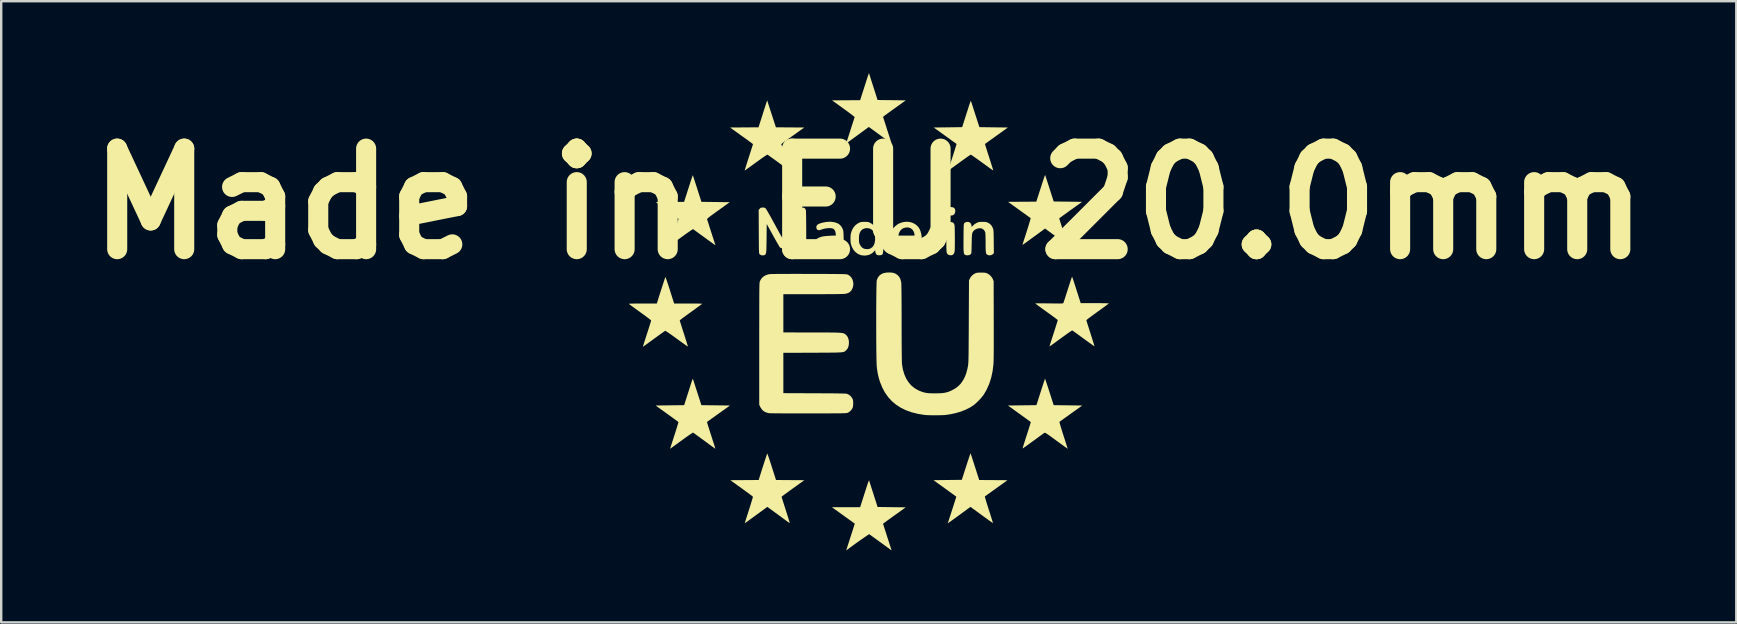
<source format=kicad_pcb>
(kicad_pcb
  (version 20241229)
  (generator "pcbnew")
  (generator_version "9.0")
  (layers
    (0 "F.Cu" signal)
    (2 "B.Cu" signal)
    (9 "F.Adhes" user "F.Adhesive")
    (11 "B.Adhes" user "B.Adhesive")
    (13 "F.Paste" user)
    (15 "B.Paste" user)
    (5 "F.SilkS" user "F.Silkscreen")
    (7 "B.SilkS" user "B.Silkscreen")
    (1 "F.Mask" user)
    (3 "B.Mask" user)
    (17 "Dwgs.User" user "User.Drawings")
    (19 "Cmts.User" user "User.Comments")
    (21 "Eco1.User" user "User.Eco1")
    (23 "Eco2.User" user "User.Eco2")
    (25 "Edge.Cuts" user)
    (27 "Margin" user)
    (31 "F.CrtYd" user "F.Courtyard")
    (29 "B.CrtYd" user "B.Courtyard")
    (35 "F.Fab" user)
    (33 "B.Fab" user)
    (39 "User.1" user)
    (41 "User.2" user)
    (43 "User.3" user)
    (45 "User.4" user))
  (footprint "Made in EU 20.0mm"
    (layer "F.Cu")
    (at 33.143 9.936)
    (property "Reference" "Made in EU 20.0mm" (at 0 -4.5 180) (layer "F.SilkS") (effects (font (size 4.188 4.188) (thickness 0.836))))
    (attr board_only exclude_from_pos_files exclude_from_bom)
    (fp_poly (pts (xy 3.472 -4.357) (xy 3.536 -4.337) (xy 3.579 -4.298) (xy 3.601 -4.239) (xy 3.605 -4.187) (xy 3.592 -4.113) (xy 3.556 -4.055) (xy 3.512 -4.023) (xy 3.461 -4.009) (xy 3.397 -4.006) (xy 3.332 -4.014) (xy 3.293 -4.027) (xy 3.247 -4.061) (xy 3.218 -4.114) (xy 3.205 -4.176) (xy 3.21 -4.239) (xy 3.234 -4.295) (xy 3.254 -4.318) (xy 3.285 -4.34) (xy 3.326 -4.352) (xy 3.385 -4.359)) (stroke (width 0) (type solid)) (fill yes) (layer "F.SilkS"))
    (fp_poly (pts (xy 3.481 -3.726) (xy 3.532 -3.693) (xy 3.564 -3.637) (xy 3.573 -3.602) (xy 3.577 -3.57) (xy 3.579 -3.513) (xy 3.582 -3.435) (xy 3.584 -3.34) (xy 3.585 -3.235) (xy 3.586 -3.122) (xy 3.587 -3.006) (xy 3.587 -2.892) (xy 3.586 -2.784) (xy 3.585 -2.688) (xy 3.583 -2.607) (xy 3.581 -2.546) (xy 3.578 -2.51) (xy 3.555 -2.435) (xy 3.527 -2.396) (xy 3.496 -2.368) (xy 3.463 -2.355) (xy 3.414 -2.352) (xy 3.412 -2.352) (xy 3.348 -2.359) (xy 3.301 -2.381) (xy 3.3 -2.382) (xy 3.269 -2.418) (xy 3.247 -2.463) (xy 3.246 -2.468) (xy 3.242 -2.498) (xy 3.238 -2.554) (xy 3.235 -2.631) (xy 3.233 -2.724) (xy 3.232 -2.83) (xy 3.231 -2.944) (xy 3.23 -3.062) (xy 3.231 -3.179) (xy 3.232 -3.291) (xy 3.234 -3.393) (xy 3.236 -3.482) (xy 3.239 -3.553) (xy 3.243 -3.602) (xy 3.246 -3.62) (xy 3.275 -3.681) (xy 3.324 -3.72) (xy 3.393 -3.736) (xy 3.41 -3.736)) (stroke (width 0) (type solid)) (fill yes) (layer "F.SilkS"))
    (fp_poly (pts (xy 7.351 -5.688) (xy 7.352 -5.686) (xy 7.358 -5.668) (xy 7.372 -5.624) (xy 7.393 -5.558) (xy 7.421 -5.474) (xy 7.453 -5.374) (xy 7.489 -5.263) (xy 7.528 -5.142) (xy 7.532 -5.128) (xy 7.705 -4.592) (xy 8.297 -4.585) (xy 8.889 -4.577) (xy 8.411 -4.236) (xy 8.307 -4.16) (xy 8.21 -4.09) (xy 8.123 -4.028) (xy 8.05 -3.974) (xy 7.993 -3.931) (xy 7.954 -3.902) (xy 7.936 -3.887) (xy 7.935 -3.886) (xy 7.939 -3.87) (xy 7.952 -3.83) (xy 7.972 -3.767) (xy 7.998 -3.685) (xy 8.029 -3.588) (xy 8.065 -3.477) (xy 8.104 -3.358) (xy 8.111 -3.334) (xy 8.15 -3.213) (xy 8.186 -3.101) (xy 8.218 -3.002) (xy 8.244 -2.917) (xy 8.265 -2.851) (xy 8.278 -2.807) (xy 8.283 -2.787) (xy 8.283 -2.786) (xy 8.271 -2.794) (xy 8.237 -2.817) (xy 8.184 -2.854) (xy 8.115 -2.903) (xy 8.033 -2.962) (xy 7.939 -3.03) (xy 7.838 -3.104) (xy 7.812 -3.123) (xy 7.344 -3.464) (xy 6.899 -3.138) (xy 6.775 -3.048) (xy 6.674 -2.974) (xy 6.593 -2.915) (xy 6.529 -2.869) (xy 6.481 -2.835) (xy 6.447 -2.812) (xy 6.424 -2.798) (xy 6.411 -2.792) (xy 6.405 -2.793) (xy 6.404 -2.798) (xy 6.407 -2.807) (xy 6.407 -2.808) (xy 6.455 -2.954) (xy 6.502 -3.099) (xy 6.548 -3.24) (xy 6.59 -3.375) (xy 6.63 -3.5) (xy 6.665 -3.613) (xy 6.694 -3.711) (xy 6.718 -3.791) (xy 6.735 -3.852) (xy 6.744 -3.889) (xy 6.745 -3.9) (xy 6.731 -3.91) (xy 6.695 -3.935) (xy 6.64 -3.975) (xy 6.569 -4.025) (xy 6.485 -4.086) (xy 6.39 -4.154) (xy 6.288 -4.227) (xy 6.267 -4.243) (xy 5.8 -4.577) (xy 6.39 -4.581) (xy 6.98 -4.585) (xy 7.108 -4.983) (xy 7.161 -5.146) (xy 7.205 -5.282) (xy 7.241 -5.395) (xy 7.271 -5.485) (xy 7.295 -5.556) (xy 7.313 -5.61) (xy 7.327 -5.647) (xy 7.337 -5.672) (xy 7.343 -5.686) (xy 7.348 -5.69)) (stroke (width 0) (type solid)) (fill yes) (layer "F.SilkS"))
    (fp_poly (pts (xy 0.019 7.046) (xy 0.033 7.089) (xy 0.054 7.155) (xy 0.081 7.239) (xy 0.113 7.339) (xy 0.149 7.451) (xy 0.188 7.572) (xy 0.194 7.592) (xy 0.368 8.135) (xy 0.953 8.143) (xy 1.539 8.15) (xy 1.101 8.465) (xy 0.999 8.538) (xy 0.903 8.607) (xy 0.817 8.669) (xy 0.744 8.722) (xy 0.686 8.765) (xy 0.646 8.794) (xy 0.629 8.807) (xy 0.595 8.835) (xy 0.767 9.371) (xy 0.806 9.492) (xy 0.842 9.605) (xy 0.875 9.705) (xy 0.902 9.791) (xy 0.924 9.859) (xy 0.939 9.905) (xy 0.946 9.927) (xy 0.946 9.927) (xy 0.947 9.94) (xy 0.934 9.934) (xy 0.914 9.918) (xy 0.873 9.888) (xy 0.815 9.846) (xy 0.745 9.795) (xy 0.664 9.736) (xy 0.577 9.672) (xy 0.485 9.606) (xy 0.394 9.54) (xy 0.306 9.476) (xy 0.224 9.416) (xy 0.151 9.364) (xy 0.092 9.321) (xy 0.048 9.289) (xy 0.024 9.272) (xy 0.02 9.269) (xy 0.006 9.276) (xy -0.03 9.298) (xy -0.083 9.333) (xy -0.151 9.379) (xy -0.23 9.434) (xy -0.318 9.496) (xy -0.411 9.561) (xy -0.507 9.629) (xy -0.601 9.697) (xy -0.692 9.763) (xy -0.775 9.824) (xy -0.849 9.878) (xy -0.909 9.924) (xy -0.922 9.935) (xy -0.937 9.943) (xy -0.935 9.929) (xy -0.935 9.929) (xy -0.929 9.909) (xy -0.914 9.866) (xy -0.894 9.801) (xy -0.868 9.72) (xy -0.838 9.627) (xy -0.805 9.526) (xy -0.771 9.42) (xy -0.737 9.313) (xy -0.703 9.21) (xy -0.673 9.115) (xy -0.646 9.031) (xy -0.624 8.962) (xy -0.609 8.913) (xy -0.602 8.891) (xy -0.582 8.829) (xy -1.06 8.486) (xy -1.537 8.143) (xy -0.948 8.143) (xy -0.359 8.143) (xy -0.253 7.811) (xy -0.216 7.698) (xy -0.178 7.578) (xy -0.139 7.457) (xy -0.104 7.347) (xy -0.074 7.255) (xy -0.07 7.243) (xy -0.045 7.166) (xy -0.022 7.103) (xy -0.004 7.056) (xy 0.008 7.03) (xy 0.013 7.027)) (stroke (width 0) (type solid)) (fill yes) (layer "F.SilkS"))
    (fp_poly (pts (xy -4.11 -8.425) (xy -4.073 -8.312) (xy -4.036 -8.197) (xy -4 -8.087) (xy -3.968 -7.988) (xy -3.942 -7.906) (xy -3.928 -7.864) (xy -3.868 -7.682) (xy -3.277 -7.678) (xy -2.687 -7.674) (xy -3.111 -7.37) (xy -3.213 -7.297) (xy -3.309 -7.228) (xy -3.396 -7.165) (xy -3.471 -7.111) (xy -3.531 -7.067) (xy -3.572 -7.037) (xy -3.589 -7.024) (xy -3.643 -6.982) (xy -3.467 -6.435) (xy -3.428 -6.314) (xy -3.393 -6.201) (xy -3.361 -6.101) (xy -3.335 -6.016) (xy -3.314 -5.95) (xy -3.301 -5.905) (xy -3.296 -5.884) (xy -3.296 -5.884) (xy -3.309 -5.891) (xy -3.343 -5.914) (xy -3.396 -5.951) (xy -3.464 -6) (xy -3.546 -6.059) (xy -3.639 -6.126) (xy -3.74 -6.199) (xy -3.752 -6.208) (xy -3.854 -6.283) (xy -3.949 -6.352) (xy -4.035 -6.413) (xy -4.107 -6.465) (xy -4.164 -6.506) (xy -4.203 -6.533) (xy -4.221 -6.545) (xy -4.221 -6.545) (xy -4.237 -6.538) (xy -4.274 -6.515) (xy -4.33 -6.479) (xy -4.401 -6.43) (xy -4.485 -6.371) (xy -4.58 -6.303) (xy -4.682 -6.23) (xy -4.701 -6.216) (xy -4.804 -6.141) (xy -4.899 -6.072) (xy -4.984 -6.011) (xy -5.056 -5.959) (xy -5.112 -5.919) (xy -5.151 -5.892) (xy -5.168 -5.88) (xy -5.169 -5.88) (xy -5.166 -5.894) (xy -5.155 -5.933) (xy -5.136 -5.994) (xy -5.112 -6.074) (xy -5.081 -6.17) (xy -5.047 -6.28) (xy -5.008 -6.399) (xy -5 -6.427) (xy -4.96 -6.549) (xy -4.924 -6.661) (xy -4.892 -6.762) (xy -4.865 -6.847) (xy -4.844 -6.914) (xy -4.829 -6.96) (xy -4.823 -6.981) (xy -4.823 -6.981) (xy -4.835 -6.992) (xy -4.868 -7.017) (xy -4.921 -7.056) (xy -4.989 -7.106) (xy -5.072 -7.167) (xy -5.166 -7.235) (xy -5.269 -7.309) (xy -5.301 -7.331) (xy -5.778 -7.674) (xy -5.185 -7.678) (xy -4.592 -7.682) (xy -4.452 -8.124) (xy -4.415 -8.24) (xy -4.379 -8.353) (xy -4.346 -8.458) (xy -4.316 -8.549) (xy -4.292 -8.624) (xy -4.275 -8.676) (xy -4.272 -8.686) (xy -4.232 -8.805)) (stroke (width 0) (type solid)) (fill yes) (layer "F.SilkS"))
    (fp_poly (pts (xy -4.223 5.918) (xy -4.209 5.955) (xy -4.187 6.014) (xy -4.16 6.093) (xy -4.128 6.188) (xy -4.092 6.297) (xy -4.054 6.417) (xy -4.042 6.454) (xy -3.864 7.011) (xy -3.274 7.015) (xy -2.684 7.019) (xy -3.158 7.359) (xy -3.263 7.434) (xy -3.359 7.505) (xy -3.445 7.567) (xy -3.518 7.621) (xy -3.575 7.664) (xy -3.614 7.694) (xy -3.631 7.709) (xy -3.632 7.71) (xy -3.628 7.726) (xy -3.615 7.767) (xy -3.596 7.83) (xy -3.57 7.912) (xy -3.539 8.01) (xy -3.504 8.12) (xy -3.465 8.24) (xy -3.461 8.254) (xy -3.422 8.375) (xy -3.387 8.486) (xy -3.356 8.586) (xy -3.33 8.67) (xy -3.31 8.735) (xy -3.298 8.779) (xy -3.293 8.799) (xy -3.293 8.799) (xy -3.306 8.796) (xy -3.337 8.777) (xy -3.382 8.747) (xy -3.424 8.717) (xy -3.47 8.683) (xy -3.536 8.634) (xy -3.617 8.575) (xy -3.707 8.509) (xy -3.802 8.44) (xy -3.887 8.377) (xy -4.225 8.131) (xy -4.632 8.428) (xy -4.732 8.501) (xy -4.826 8.57) (xy -4.913 8.633) (xy -4.988 8.687) (xy -5.047 8.731) (xy -5.089 8.76) (xy -5.104 8.771) (xy -5.141 8.796) (xy -5.159 8.806) (xy -5.163 8.799) (xy -5.158 8.781) (xy -5.151 8.759) (xy -5.136 8.712) (xy -5.114 8.644) (xy -5.087 8.557) (xy -5.055 8.457) (xy -5.019 8.345) (xy -4.984 8.235) (xy -4.946 8.117) (xy -4.912 8.008) (xy -4.883 7.911) (xy -4.858 7.829) (xy -4.84 7.765) (xy -4.83 7.723) (xy -4.827 7.707) (xy -4.841 7.694) (xy -4.875 7.667) (xy -4.929 7.626) (xy -4.999 7.573) (xy -5.083 7.512) (xy -5.177 7.443) (xy -5.28 7.368) (xy -5.3 7.354) (xy -5.766 7.019) (xy -5.176 7.015) (xy -4.586 7.011) (xy -4.557 6.918) (xy -4.528 6.824) (xy -4.495 6.72) (xy -4.46 6.609) (xy -4.424 6.495) (xy -4.387 6.382) (xy -4.352 6.273) (xy -4.319 6.171) (xy -4.289 6.081) (xy -4.265 6.006) (xy -4.245 5.95) (xy -4.233 5.916) (xy -4.229 5.907)) (stroke (width 0) (type solid)) (fill yes) (layer "F.SilkS"))
    (fp_poly (pts (xy 1.661 -3.744) (xy 1.783 -3.718) (xy 1.896 -3.67) (xy 1.995 -3.601) (xy 2.076 -3.513) (xy 2.12 -3.44) (xy 2.159 -3.346) (xy 2.187 -3.239) (xy 2.202 -3.135) (xy 2.203 -3.102) (xy 2.203 -3.067) (xy 2.2 -3.039) (xy 2.193 -3.017) (xy 2.177 -3) (xy 2.15 -2.987) (xy 2.109 -2.979) (xy 2.051 -2.973) (xy 1.973 -2.969) (xy 1.873 -2.967) (xy 1.747 -2.966) (xy 1.688 -2.965) (xy 1.557 -2.964) (xy 1.453 -2.963) (xy 1.374 -2.961) (xy 1.315 -2.958) (xy 1.275 -2.952) (xy 1.251 -2.944) (xy 1.24 -2.931) (xy 1.238 -2.914) (xy 1.244 -2.892) (xy 1.254 -2.863) (xy 1.259 -2.849) (xy 1.293 -2.771) (xy 1.338 -2.713) (xy 1.402 -2.665) (xy 1.42 -2.655) (xy 1.456 -2.636) (xy 1.488 -2.624) (xy 1.523 -2.617) (xy 1.571 -2.614) (xy 1.638 -2.613) (xy 1.66 -2.613) (xy 1.736 -2.615) (xy 1.793 -2.618) (xy 1.837 -2.626) (xy 1.879 -2.639) (xy 1.92 -2.656) (xy 1.997 -2.687) (xy 2.053 -2.703) (xy 2.094 -2.705) (xy 2.127 -2.693) (xy 2.15 -2.674) (xy 2.183 -2.627) (xy 2.189 -2.579) (xy 2.171 -2.532) (xy 2.131 -2.487) (xy 2.074 -2.446) (xy 2.001 -2.41) (xy 1.916 -2.38) (xy 1.822 -2.357) (xy 1.721 -2.343) (xy 1.616 -2.339) (xy 1.51 -2.347) (xy 1.435 -2.359) (xy 1.295 -2.403) (xy 1.175 -2.468) (xy 1.076 -2.554) (xy 0.999 -2.659) (xy 0.944 -2.782) (xy 0.913 -2.923) (xy 0.906 -3.044) (xy 0.916 -3.171) (xy 1.233 -3.171) (xy 1.569 -3.171) (xy 1.905 -3.171) (xy 1.905 -3.219) (xy 1.899 -3.26) (xy 1.882 -3.313) (xy 1.869 -3.345) (xy 1.818 -3.422) (xy 1.749 -3.476) (xy 1.664 -3.506) (xy 1.633 -3.51) (xy 1.526 -3.505) (xy 1.432 -3.475) (xy 1.352 -3.42) (xy 1.291 -3.344) (xy 1.25 -3.247) (xy 1.243 -3.219) (xy 1.233 -3.171) (xy 0.916 -3.171) (xy 0.918 -3.199) (xy 0.953 -3.337) (xy 1.012 -3.456) (xy 1.094 -3.557) (xy 1.199 -3.639) (xy 1.274 -3.68) (xy 1.403 -3.726) (xy 1.533 -3.747)) (stroke (width 0) (type solid)) (fill yes) (layer "F.SilkS"))
    (fp_poly (pts (xy 4.243 5.908) (xy 4.249 5.923) (xy 4.258 5.949) (xy 4.271 5.989) (xy 4.29 6.044) (xy 4.313 6.116) (xy 4.343 6.208) (xy 4.38 6.322) (xy 4.424 6.459) (xy 4.477 6.623) (xy 4.488 6.658) (xy 4.601 7.011) (xy 5.19 7.015) (xy 5.778 7.019) (xy 5.313 7.354) (xy 5.209 7.428) (xy 5.113 7.498) (xy 5.027 7.56) (xy 4.953 7.613) (xy 4.895 7.654) (xy 4.856 7.682) (xy 4.837 7.696) (xy 4.836 7.696) (xy 4.838 7.712) (xy 4.849 7.752) (xy 4.866 7.815) (xy 4.89 7.897) (xy 4.92 7.994) (xy 4.955 8.105) (xy 4.993 8.225) (xy 5.002 8.254) (xy 5.042 8.376) (xy 5.077 8.488) (xy 5.109 8.589) (xy 5.136 8.674) (xy 5.156 8.74) (xy 5.17 8.786) (xy 5.175 8.807) (xy 5.175 8.808) (xy 5.163 8.8) (xy 5.129 8.777) (xy 5.076 8.74) (xy 5.007 8.691) (xy 4.925 8.631) (xy 4.831 8.564) (xy 4.729 8.49) (xy 4.704 8.471) (xy 4.237 8.131) (xy 4.162 8.186) (xy 4.062 8.259) (xy 3.959 8.335) (xy 3.854 8.412) (xy 3.75 8.488) (xy 3.651 8.56) (xy 3.558 8.627) (xy 3.475 8.687) (xy 3.405 8.737) (xy 3.35 8.776) (xy 3.313 8.802) (xy 3.297 8.812) (xy 3.296 8.813) (xy 3.294 8.803) (xy 3.295 8.801) (xy 3.3 8.785) (xy 3.314 8.745) (xy 3.334 8.684) (xy 3.359 8.606) (xy 3.389 8.515) (xy 3.422 8.414) (xy 3.456 8.308) (xy 3.491 8.2) (xy 3.525 8.094) (xy 3.557 7.993) (xy 3.586 7.902) (xy 3.611 7.824) (xy 3.63 7.763) (xy 3.643 7.723) (xy 3.647 7.708) (xy 3.647 7.708) (xy 3.635 7.698) (xy 3.602 7.673) (xy 3.55 7.634) (xy 3.481 7.584) (xy 3.398 7.524) (xy 3.304 7.456) (xy 3.202 7.382) (xy 3.172 7.36) (xy 2.697 7.019) (xy 3.287 7.011) (xy 3.877 7.004) (xy 4.055 6.45) (xy 4.094 6.328) (xy 4.131 6.215) (xy 4.164 6.116) (xy 4.192 6.031) (xy 4.215 5.966) (xy 4.231 5.922) (xy 4.239 5.903) (xy 4.24 5.902)) (stroke (width 0) (type solid)) (fill yes) (layer "F.SilkS"))
    (fp_poly (pts (xy 0.015 -9.919) (xy 0.029 -9.877) (xy 0.049 -9.813) (xy 0.076 -9.729) (xy 0.107 -9.631) (xy 0.143 -9.519) (xy 0.182 -9.398) (xy 0.191 -9.371) (xy 0.367 -8.82) (xy 0.954 -8.813) (xy 1.541 -8.805) (xy 1.068 -8.466) (xy 0.964 -8.39) (xy 0.867 -8.321) (xy 0.782 -8.258) (xy 0.709 -8.205) (xy 0.652 -8.163) (xy 0.614 -8.134) (xy 0.596 -8.12) (xy 0.595 -8.119) (xy 0.6 -8.105) (xy 0.612 -8.065) (xy 0.631 -8.005) (xy 0.656 -7.928) (xy 0.685 -7.838) (xy 0.717 -7.738) (xy 0.75 -7.632) (xy 0.785 -7.524) (xy 0.819 -7.418) (xy 0.851 -7.318) (xy 0.881 -7.227) (xy 0.906 -7.148) (xy 0.926 -7.087) (xy 0.938 -7.052) (xy 0.942 -7.039) (xy 0.946 -7.029) (xy 0.947 -7.023) (xy 0.942 -7.022) (xy 0.929 -7.028) (xy 0.906 -7.042) (xy 0.872 -7.065) (xy 0.823 -7.1) (xy 0.758 -7.147) (xy 0.675 -7.208) (xy 0.571 -7.284) (xy 0.506 -7.331) (xy 0.407 -7.403) (xy 0.314 -7.471) (xy 0.23 -7.533) (xy 0.158 -7.585) (xy 0.101 -7.626) (xy 0.064 -7.653) (xy 0.05 -7.663) (xy 0.003 -7.696) (xy -0.397 -7.404) (xy -0.496 -7.331) (xy -0.591 -7.262) (xy -0.678 -7.199) (xy -0.753 -7.144) (xy -0.813 -7.1) (xy -0.855 -7.069) (xy -0.869 -7.059) (xy -0.909 -7.031) (xy -0.929 -7.019) (xy -0.935 -7.023) (xy -0.931 -7.04) (xy -0.93 -7.042) (xy -0.923 -7.063) (xy -0.909 -7.109) (xy -0.888 -7.174) (xy -0.862 -7.256) (xy -0.831 -7.351) (xy -0.798 -7.453) (xy -0.764 -7.561) (xy -0.73 -7.668) (xy -0.696 -7.773) (xy -0.665 -7.869) (xy -0.637 -7.955) (xy -0.615 -8.025) (xy -0.598 -8.076) (xy -0.589 -8.104) (xy -0.588 -8.107) (xy -0.599 -8.12) (xy -0.631 -8.147) (xy -0.682 -8.188) (xy -0.75 -8.24) (xy -0.832 -8.301) (xy -0.926 -8.37) (xy -1.028 -8.444) (xy -1.056 -8.465) (xy -1.529 -8.805) (xy -0.944 -8.809) (xy -0.359 -8.813) (xy -0.253 -9.144) (xy -0.216 -9.257) (xy -0.178 -9.378) (xy -0.139 -9.498) (xy -0.104 -9.608) (xy -0.074 -9.701) (xy -0.07 -9.712) (xy -0.045 -9.789) (xy -0.023 -9.855) (xy -0.005 -9.903) (xy 0.006 -9.931) (xy 0.01 -9.936)) (stroke (width 0) (type solid)) (fill yes) (layer "F.SilkS"))
    (fp_poly (pts (xy 7.348 2.803) (xy 7.362 2.84) (xy 7.382 2.9) (xy 7.409 2.98) (xy 7.441 3.076) (xy 7.477 3.185) (xy 7.515 3.305) (xy 7.526 3.338) (xy 7.704 3.893) (xy 8.299 3.9) (xy 8.893 3.908) (xy 8.426 4.243) (xy 8.322 4.317) (xy 8.225 4.387) (xy 8.138 4.449) (xy 8.064 4.502) (xy 8.006 4.544) (xy 7.966 4.572) (xy 7.946 4.586) (xy 7.945 4.587) (xy 7.946 4.603) (xy 7.956 4.645) (xy 7.974 4.71) (xy 7.999 4.796) (xy 8.031 4.901) (xy 8.068 5.021) (xy 8.11 5.152) (xy 8.15 5.275) (xy 8.186 5.388) (xy 8.218 5.489) (xy 8.245 5.574) (xy 8.266 5.642) (xy 8.281 5.688) (xy 8.287 5.709) (xy 8.287 5.71) (xy 8.275 5.702) (xy 8.241 5.678) (xy 8.189 5.641) (xy 8.12 5.591) (xy 8.038 5.531) (xy 7.944 5.463) (xy 7.843 5.389) (xy 7.817 5.37) (xy 7.698 5.283) (xy 7.6 5.212) (xy 7.522 5.156) (xy 7.461 5.113) (xy 7.414 5.082) (xy 7.38 5.061) (xy 7.355 5.048) (xy 7.338 5.043) (xy 7.326 5.043) (xy 7.318 5.047) (xy 7.299 5.06) (xy 7.259 5.088) (xy 7.201 5.13) (xy 7.127 5.183) (xy 7.042 5.246) (xy 6.947 5.315) (xy 6.85 5.385) (xy 6.75 5.458) (xy 6.658 5.525) (xy 6.577 5.583) (xy 6.508 5.632) (xy 6.455 5.669) (xy 6.421 5.692) (xy 6.408 5.699) (xy 6.412 5.684) (xy 6.423 5.644) (xy 6.442 5.582) (xy 6.467 5.5) (xy 6.498 5.403) (xy 6.533 5.293) (xy 6.571 5.174) (xy 6.579 5.15) (xy 6.618 5.029) (xy 6.654 4.917) (xy 6.685 4.816) (xy 6.712 4.731) (xy 6.732 4.665) (xy 6.745 4.62) (xy 6.75 4.599) (xy 6.75 4.598) (xy 6.736 4.587) (xy 6.703 4.561) (xy 6.654 4.525) (xy 6.595 4.482) (xy 6.569 4.463) (xy 6.504 4.416) (xy 6.422 4.357) (xy 6.328 4.289) (xy 6.229 4.218) (xy 6.131 4.148) (xy 6.096 4.122) (xy 5.798 3.908) (xy 6.392 3.9) (xy 6.985 3.893) (xy 7.161 3.345) (xy 7.2 3.223) (xy 7.236 3.11) (xy 7.269 3.009) (xy 7.297 2.924) (xy 7.319 2.857) (xy 7.334 2.812) (xy 7.342 2.791) (xy 7.342 2.79)) (stroke (width 0) (type solid)) (fill yes) (layer "F.SilkS"))
    (fp_poly (pts (xy -7.326 2.799) (xy -7.32 2.817) (xy -7.305 2.861) (xy -7.284 2.927) (xy -7.257 3.011) (xy -7.225 3.111) (xy -7.189 3.223) (xy -7.15 3.343) (xy -7.145 3.357) (xy -6.973 3.893) (xy -6.379 3.9) (xy -5.784 3.908) (xy -6.26 4.249) (xy -6.365 4.324) (xy -6.462 4.394) (xy -6.549 4.456) (xy -6.622 4.509) (xy -6.68 4.55) (xy -6.72 4.579) (xy -6.739 4.592) (xy -6.74 4.593) (xy -6.737 4.608) (xy -6.725 4.647) (xy -6.707 4.709) (xy -6.681 4.79) (xy -6.651 4.887) (xy -6.616 4.998) (xy -6.577 5.118) (xy -6.566 5.152) (xy -6.527 5.274) (xy -6.491 5.388) (xy -6.458 5.488) (xy -6.431 5.574) (xy -6.411 5.641) (xy -6.397 5.687) (xy -6.39 5.708) (xy -6.39 5.71) (xy -6.403 5.702) (xy -6.436 5.678) (xy -6.489 5.64) (xy -6.557 5.591) (xy -6.639 5.531) (xy -6.731 5.463) (xy -6.832 5.389) (xy -6.848 5.378) (xy -6.95 5.303) (xy -7.045 5.233) (xy -7.131 5.171) (xy -7.204 5.118) (xy -7.261 5.077) (xy -7.301 5.049) (xy -7.319 5.037) (xy -7.32 5.036) (xy -7.335 5.043) (xy -7.372 5.066) (xy -7.428 5.102) (xy -7.499 5.151) (xy -7.584 5.211) (xy -7.678 5.278) (xy -7.781 5.353) (xy -7.807 5.372) (xy -7.911 5.447) (xy -8.006 5.517) (xy -8.092 5.579) (xy -8.164 5.631) (xy -8.22 5.671) (xy -8.258 5.698) (xy -8.276 5.71) (xy -8.277 5.71) (xy -8.272 5.696) (xy -8.26 5.656) (xy -8.24 5.594) (xy -8.214 5.512) (xy -8.183 5.415) (xy -8.147 5.305) (xy -8.109 5.185) (xy -8.099 5.157) (xy -8.06 5.035) (xy -8.024 4.921) (xy -7.993 4.82) (xy -7.967 4.734) (xy -7.946 4.666) (xy -7.933 4.62) (xy -7.929 4.598) (xy -7.929 4.597) (xy -7.942 4.586) (xy -7.977 4.56) (xy -8.03 4.52) (xy -8.1 4.469) (xy -8.184 4.408) (xy -8.278 4.34) (xy -8.381 4.266) (xy -8.407 4.247) (xy -8.88 3.908) (xy -8.285 3.9) (xy -7.69 3.893) (xy -7.574 3.528) (xy -7.538 3.415) (xy -7.501 3.3) (xy -7.465 3.188) (xy -7.433 3.088) (xy -7.407 3.004) (xy -7.396 2.97) (xy -7.373 2.902) (xy -7.353 2.847) (xy -7.337 2.811) (xy -7.327 2.797)) (stroke (width 0) (type solid)) (fill yes) (layer "F.SilkS"))
    (fp_poly (pts (xy 4.262 -8.764) (xy 4.277 -8.72) (xy 4.298 -8.654) (xy 4.325 -8.57) (xy 4.357 -8.47) (xy 4.393 -8.359) (xy 4.432 -8.238) (xy 4.436 -8.225) (xy 4.609 -7.689) (xy 5.202 -7.681) (xy 5.796 -7.674) (xy 5.321 -7.333) (xy 5.216 -7.257) (xy 5.119 -7.188) (xy 5.032 -7.126) (xy 4.959 -7.073) (xy 4.901 -7.031) (xy 4.861 -7.003) (xy 4.842 -6.989) (xy 4.841 -6.989) (xy 4.845 -6.974) (xy 4.856 -6.935) (xy 4.875 -6.873) (xy 4.901 -6.792) (xy 4.931 -6.695) (xy 4.966 -6.585) (xy 5.005 -6.465) (xy 5.014 -6.436) (xy 5.053 -6.315) (xy 5.089 -6.202) (xy 5.121 -6.101) (xy 5.148 -6.016) (xy 5.168 -5.949) (xy 5.181 -5.904) (xy 5.187 -5.883) (xy 5.187 -5.882) (xy 5.174 -5.89) (xy 5.14 -5.913) (xy 5.088 -5.95) (xy 5.019 -5.998) (xy 4.937 -6.058) (xy 4.844 -6.125) (xy 4.743 -6.198) (xy 4.728 -6.21) (xy 4.625 -6.284) (xy 4.529 -6.353) (xy 4.443 -6.415) (xy 4.369 -6.466) (xy 4.311 -6.506) (xy 4.271 -6.532) (xy 4.252 -6.542) (xy 4.251 -6.542) (xy 4.234 -6.534) (xy 4.196 -6.51) (xy 4.14 -6.472) (xy 4.068 -6.422) (xy 3.984 -6.362) (xy 3.889 -6.294) (xy 3.787 -6.22) (xy 3.775 -6.211) (xy 3.673 -6.137) (xy 3.578 -6.068) (xy 3.494 -6.007) (xy 3.423 -5.956) (xy 3.368 -5.917) (xy 3.33 -5.891) (xy 3.314 -5.88) (xy 3.314 -5.88) (xy 3.312 -5.892) (xy 3.32 -5.921) (xy 3.34 -5.983) (xy 3.366 -6.061) (xy 3.395 -6.153) (xy 3.428 -6.254) (xy 3.462 -6.361) (xy 3.497 -6.471) (xy 3.531 -6.578) (xy 3.564 -6.681) (xy 3.593 -6.775) (xy 3.619 -6.856) (xy 3.639 -6.921) (xy 3.652 -6.966) (xy 3.658 -6.987) (xy 3.659 -6.989) (xy 3.646 -6.998) (xy 3.612 -7.022) (xy 3.559 -7.06) (xy 3.489 -7.11) (xy 3.406 -7.17) (xy 3.312 -7.238) (xy 3.209 -7.312) (xy 3.18 -7.333) (xy 2.706 -7.674) (xy 3.299 -7.681) (xy 3.891 -7.689) (xy 3.996 -8.016) (xy 4.032 -8.128) (xy 4.07 -8.248) (xy 4.108 -8.366) (xy 4.143 -8.474) (xy 4.171 -8.564) (xy 4.174 -8.574) (xy 4.199 -8.649) (xy 4.222 -8.712) (xy 4.24 -8.757) (xy 4.252 -8.781) (xy 4.256 -8.782)) (stroke (width 0) (type solid)) (fill yes) (layer "F.SilkS"))
    (fp_poly (pts (xy -7.323 -5.667) (xy -7.309 -5.626) (xy -7.289 -5.563) (xy -7.262 -5.482) (xy -7.23 -5.384) (xy -7.194 -5.274) (xy -7.155 -5.153) (xy -7.147 -5.126) (xy -6.971 -4.577) (xy -6.382 -4.57) (xy -5.792 -4.563) (xy -6.268 -4.221) (xy -6.389 -4.134) (xy -6.488 -4.062) (xy -6.567 -4.004) (xy -6.628 -3.958) (xy -6.673 -3.922) (xy -6.704 -3.895) (xy -6.723 -3.876) (xy -6.733 -3.862) (xy -6.735 -3.851) (xy -6.734 -3.849) (xy -6.727 -3.826) (xy -6.712 -3.779) (xy -6.69 -3.712) (xy -6.664 -3.629) (xy -6.634 -3.535) (xy -6.601 -3.432) (xy -6.567 -3.325) (xy -6.532 -3.218) (xy -6.499 -3.115) (xy -6.468 -3.019) (xy -6.441 -2.935) (xy -6.419 -2.866) (xy -6.403 -2.816) (xy -6.394 -2.79) (xy -6.393 -2.787) (xy -6.395 -2.775) (xy -6.405 -2.778) (xy -6.42 -2.788) (xy -6.455 -2.814) (xy -6.508 -2.852) (xy -6.575 -2.901) (xy -6.654 -2.957) (xy -6.74 -3.019) (xy -6.83 -3.085) (xy -6.921 -3.151) (xy -7.011 -3.216) (xy -7.095 -3.277) (xy -7.17 -3.332) (xy -7.233 -3.378) (xy -7.281 -3.413) (xy -7.31 -3.435) (xy -7.317 -3.44) (xy -7.332 -3.434) (xy -7.368 -3.412) (xy -7.424 -3.375) (xy -7.496 -3.326) (xy -7.582 -3.266) (xy -7.68 -3.196) (xy -7.787 -3.119) (xy -7.799 -3.11) (xy -7.903 -3.034) (xy -7.999 -2.965) (xy -8.085 -2.903) (xy -8.158 -2.85) (xy -8.215 -2.809) (xy -8.254 -2.782) (xy -8.273 -2.769) (xy -8.274 -2.769) (xy -8.275 -2.78) (xy -8.271 -2.792) (xy -8.265 -2.811) (xy -8.25 -2.855) (xy -8.229 -2.92) (xy -8.202 -3.004) (xy -8.17 -3.103) (xy -8.134 -3.214) (xy -8.096 -3.331) (xy -8.058 -3.45) (xy -8.023 -3.56) (xy -7.991 -3.658) (xy -7.964 -3.74) (xy -7.944 -3.804) (xy -7.93 -3.846) (xy -7.924 -3.863) (xy -7.935 -3.875) (xy -7.967 -3.902) (xy -8.018 -3.942) (xy -8.086 -3.994) (xy -8.168 -4.055) (xy -8.262 -4.124) (xy -8.365 -4.198) (xy -8.395 -4.22) (xy -8.872 -4.563) (xy -8.283 -4.57) (xy -7.693 -4.577) (xy -7.621 -4.801) (xy -7.594 -4.885) (xy -7.561 -4.988) (xy -7.524 -5.104) (xy -7.486 -5.222) (xy -7.449 -5.336) (xy -7.443 -5.356) (xy -7.413 -5.45) (xy -7.385 -5.532) (xy -7.362 -5.6) (xy -7.344 -5.65) (xy -7.332 -5.678) (xy -7.329 -5.682)) (stroke (width 0) (type solid)) (fill yes) (layer "F.SilkS"))
    (fp_poly (pts (xy 4.813 -3.743) (xy 4.865 -3.739) (xy 4.906 -3.731) (xy 4.945 -3.716) (xy 4.976 -3.702) (xy 5.049 -3.657) (xy 5.106 -3.599) (xy 5.152 -3.522) (xy 5.17 -3.48) (xy 5.179 -3.457) (xy 5.186 -3.433) (xy 5.192 -3.405) (xy 5.196 -3.369) (xy 5.2 -3.322) (xy 5.202 -3.26) (xy 5.204 -3.179) (xy 5.205 -3.077) (xy 5.207 -2.949) (xy 5.207 -2.921) (xy 5.212 -2.441) (xy 5.168 -2.396) (xy 5.113 -2.362) (xy 5.047 -2.348) (xy 4.98 -2.356) (xy 4.933 -2.377) (xy 4.914 -2.392) (xy 4.9 -2.412) (xy 4.888 -2.44) (xy 4.88 -2.48) (xy 4.874 -2.535) (xy 4.87 -2.609) (xy 4.868 -2.704) (xy 4.868 -2.825) (xy 4.868 -2.872) (xy 4.867 -2.996) (xy 4.865 -3.105) (xy 4.862 -3.195) (xy 4.858 -3.263) (xy 4.853 -3.305) (xy 4.851 -3.311) (xy 4.818 -3.382) (xy 4.764 -3.437) (xy 4.695 -3.471) (xy 4.671 -3.476) (xy 4.586 -3.476) (xy 4.5 -3.455) (xy 4.424 -3.417) (xy 4.393 -3.391) (xy 4.366 -3.363) (xy 4.344 -3.337) (xy 4.327 -3.308) (xy 4.315 -3.273) (xy 4.305 -3.227) (xy 4.299 -3.168) (xy 4.294 -3.091) (xy 4.291 -2.993) (xy 4.288 -2.87) (xy 4.287 -2.832) (xy 4.285 -2.712) (xy 4.283 -2.617) (xy 4.28 -2.546) (xy 4.277 -2.493) (xy 4.274 -2.456) (xy 4.269 -2.431) (xy 4.262 -2.414) (xy 4.254 -2.402) (xy 4.248 -2.396) (xy 4.199 -2.365) (xy 4.134 -2.349) (xy 4.068 -2.353) (xy 4.039 -2.36) (xy 4.014 -2.368) (xy 3.995 -2.381) (xy 3.979 -2.4) (xy 3.967 -2.43) (xy 3.959 -2.471) (xy 3.953 -2.528) (xy 3.949 -2.601) (xy 3.947 -2.695) (xy 3.947 -2.812) (xy 3.947 -2.954) (xy 3.948 -3.069) (xy 3.949 -3.218) (xy 3.95 -3.339) (xy 3.952 -3.437) (xy 3.953 -3.513) (xy 3.956 -3.571) (xy 3.958 -3.614) (xy 3.962 -3.644) (xy 3.966 -3.665) (xy 3.972 -3.678) (xy 3.979 -3.688) (xy 3.981 -3.69) (xy 4.029 -3.724) (xy 4.092 -3.741) (xy 4.15 -3.74) (xy 4.21 -3.718) (xy 4.253 -3.672) (xy 4.277 -3.605) (xy 4.278 -3.599) (xy 4.289 -3.53) (xy 4.348 -3.594) (xy 4.402 -3.642) (xy 4.469 -3.685) (xy 4.499 -3.701) (xy 4.547 -3.721) (xy 4.589 -3.734) (xy 4.635 -3.741) (xy 4.694 -3.743) (xy 4.741 -3.744)) (stroke (width 0) (type solid)) (fill yes) (layer "F.SilkS"))
    (fp_poly (pts (xy 0.494 -4.334) (xy 0.549 -4.307) (xy 0.569 -4.288) (xy 0.61 -4.242) (xy 0.61 -3.356) (xy 0.61 -3.164) (xy 0.61 -3.001) (xy 0.61 -2.862) (xy 0.609 -2.747) (xy 0.607 -2.652) (xy 0.604 -2.576) (xy 0.601 -2.516) (xy 0.596 -2.47) (xy 0.59 -2.436) (xy 0.582 -2.412) (xy 0.573 -2.395) (xy 0.561 -2.383) (xy 0.548 -2.374) (xy 0.534 -2.366) (xy 0.491 -2.354) (xy 0.434 -2.35) (xy 0.378 -2.355) (xy 0.342 -2.367) (xy 0.311 -2.397) (xy 0.285 -2.446) (xy 0.27 -2.501) (xy 0.268 -2.526) (xy 0.268 -2.567) (xy 0.221 -2.511) (xy 0.142 -2.437) (xy 0.044 -2.382) (xy -0.066 -2.349) (xy -0.184 -2.338) (xy -0.303 -2.351) (xy -0.329 -2.357) (xy -0.442 -2.403) (xy -0.543 -2.474) (xy -0.628 -2.567) (xy -0.694 -2.68) (xy -0.741 -2.811) (xy -0.743 -2.821) (xy -0.754 -2.885) (xy -0.759 -2.967) (xy -0.761 -3.044) (xy -0.409 -3.044) (xy -0.408 -2.966) (xy -0.405 -2.91) (xy -0.397 -2.867) (xy -0.385 -2.829) (xy -0.375 -2.806) (xy -0.323 -2.718) (xy -0.258 -2.656) (xy -0.179 -2.619) (xy -0.083 -2.606) (xy -0.074 -2.606) (xy -0.005 -2.612) (xy 0.058 -2.629) (xy 0.067 -2.633) (xy 0.145 -2.685) (xy 0.203 -2.759) (xy 0.243 -2.856) (xy 0.263 -2.976) (xy 0.265 -3) (xy 0.263 -3.135) (xy 0.24 -3.249) (xy 0.197 -3.341) (xy 0.133 -3.412) (xy 0.075 -3.45) (xy -0.007 -3.477) (xy -0.096 -3.482) (xy -0.183 -3.467) (xy -0.26 -3.432) (xy -0.308 -3.392) (xy -0.353 -3.332) (xy -0.384 -3.262) (xy -0.402 -3.177) (xy -0.409 -3.07) (xy -0.409 -3.044) (xy -0.761 -3.044) (xy -0.761 -3.058) (xy -0.758 -3.148) (xy -0.751 -3.226) (xy -0.743 -3.267) (xy -0.697 -3.402) (xy -0.631 -3.518) (xy -0.546 -3.613) (xy -0.445 -3.685) (xy -0.413 -3.701) (xy -0.365 -3.721) (xy -0.324 -3.734) (xy -0.278 -3.74) (xy -0.219 -3.743) (xy -0.171 -3.743) (xy -0.1 -3.742) (xy -0.049 -3.739) (xy -0.008 -3.731) (xy 0.03 -3.716) (xy 0.065 -3.699) (xy 0.123 -3.664) (xy 0.18 -3.62) (xy 0.21 -3.59) (xy 0.268 -3.524) (xy 0.268 -3.875) (xy 0.269 -4.01) (xy 0.271 -4.117) (xy 0.275 -4.196) (xy 0.28 -4.246) (xy 0.285 -4.263) (xy 0.32 -4.307) (xy 0.371 -4.334) (xy 0.432 -4.343)) (stroke (width 0) (type solid)) (fill yes) (layer "F.SilkS"))
    (fp_poly (pts (xy -1.57 -3.747) (xy -1.431 -3.728) (xy -1.314 -3.69) (xy -1.218 -3.632) (xy -1.144 -3.553) (xy -1.089 -3.454) (xy -1.086 -3.446) (xy -1.076 -3.417) (xy -1.067 -3.388) (xy -1.061 -3.355) (xy -1.056 -3.314) (xy -1.053 -3.261) (xy -1.05 -3.191) (xy -1.048 -3.099) (xy -1.045 -2.983) (xy -1.045 -2.973) (xy -1.043 -2.824) (xy -1.043 -2.701) (xy -1.045 -2.603) (xy -1.049 -2.526) (xy -1.058 -2.468) (xy -1.069 -2.425) (xy -1.086 -2.395) (xy -1.107 -2.374) (xy -1.134 -2.361) (xy -1.161 -2.354) (xy -1.235 -2.349) (xy -1.295 -2.37) (xy -1.339 -2.416) (xy -1.365 -2.485) (xy -1.369 -2.507) (xy -1.377 -2.568) (xy -1.41 -2.512) (xy -1.468 -2.443) (xy -1.547 -2.391) (xy -1.643 -2.357) (xy -1.753 -2.343) (xy -1.873 -2.349) (xy -1.893 -2.352) (xy -1.984 -2.377) (xy -2.066 -2.42) (xy -2.148 -2.487) (xy -2.153 -2.493) (xy -2.202 -2.545) (xy -2.232 -2.593) (xy -2.254 -2.65) (xy -2.256 -2.655) (xy -2.273 -2.762) (xy -2.271 -2.784) (xy -1.932 -2.784) (xy -1.925 -2.725) (xy -1.916 -2.7) (xy -1.867 -2.636) (xy -1.801 -2.594) (xy -1.721 -2.577) (xy -1.629 -2.585) (xy -1.604 -2.591) (xy -1.525 -2.628) (xy -1.46 -2.687) (xy -1.413 -2.765) (xy -1.386 -2.855) (xy -1.382 -2.888) (xy -1.377 -2.97) (xy -1.548 -2.965) (xy -1.674 -2.958) (xy -1.775 -2.943) (xy -1.849 -2.921) (xy -1.895 -2.891) (xy -1.897 -2.889) (xy -1.922 -2.843) (xy -1.932 -2.784) (xy -2.271 -2.784) (xy -2.263 -2.865) (xy -2.234 -2.946) (xy -2.205 -2.994) (xy -2.17 -3.03) (xy -2.121 -3.062) (xy -2.069 -3.087) (xy -2.008 -3.111) (xy -1.939 -3.13) (xy -1.857 -3.144) (xy -1.757 -3.155) (xy -1.635 -3.163) (xy -1.581 -3.166) (xy -1.368 -3.175) (xy -1.378 -3.259) (xy -1.394 -3.341) (xy -1.421 -3.401) (xy -1.462 -3.444) (xy -1.478 -3.455) (xy -1.526 -3.473) (xy -1.595 -3.482) (xy -1.677 -3.482) (xy -1.766 -3.474) (xy -1.854 -3.459) (xy -1.933 -3.436) (xy -1.941 -3.433) (xy -2.016 -3.407) (xy -2.072 -3.396) (xy -2.113 -3.4) (xy -2.144 -3.419) (xy -2.159 -3.435) (xy -2.183 -3.487) (xy -2.183 -3.546) (xy -2.16 -3.6) (xy -2.135 -3.627) (xy -2.079 -3.659) (xy -2.001 -3.689) (xy -1.907 -3.714) (xy -1.804 -3.733) (xy -1.699 -3.745) (xy -1.6 -3.748)) (stroke (width 0) (type solid)) (fill yes) (layer "F.SilkS"))
    (fp_poly (pts (xy -8.466 -1.435) (xy -8.452 -1.398) (xy -8.43 -1.339) (xy -8.403 -1.26) (xy -8.371 -1.165) (xy -8.335 -1.056) (xy -8.297 -0.936) (xy -8.285 -0.899) (xy -8.108 -0.342) (xy -7.521 -0.342) (xy -7.363 -0.342) (xy -7.229 -0.341) (xy -7.119 -0.339) (xy -7.035 -0.337) (xy -6.977 -0.334) (xy -6.948 -0.33) (xy -6.944 -0.328) (xy -6.958 -0.316) (xy -6.993 -0.289) (xy -7.047 -0.249) (xy -7.117 -0.198) (xy -7.201 -0.137) (xy -7.295 -0.068) (xy -7.398 0.006) (xy -7.414 0.017) (xy -7.517 0.092) (xy -7.612 0.161) (xy -7.696 0.223) (xy -7.767 0.276) (xy -7.822 0.318) (xy -7.859 0.347) (xy -7.874 0.361) (xy -7.875 0.362) (xy -7.87 0.379) (xy -7.858 0.421) (xy -7.838 0.485) (xy -7.812 0.567) (xy -7.781 0.666) (xy -7.746 0.776) (xy -7.707 0.896) (xy -7.702 0.911) (xy -7.664 1.031) (xy -7.629 1.143) (xy -7.598 1.241) (xy -7.572 1.325) (xy -7.552 1.39) (xy -7.54 1.433) (xy -7.536 1.452) (xy -7.536 1.452) (xy -7.549 1.445) (xy -7.583 1.422) (xy -7.636 1.385) (xy -7.705 1.337) (xy -7.787 1.278) (xy -7.881 1.21) (xy -7.982 1.136) (xy -8.001 1.123) (xy -8.115 1.04) (xy -8.217 0.967) (xy -8.306 0.905) (xy -8.379 0.855) (xy -8.433 0.82) (xy -8.468 0.8) (xy -8.48 0.795) (xy -8.497 0.806) (xy -8.535 0.832) (xy -8.591 0.871) (xy -8.662 0.922) (xy -8.746 0.983) (xy -8.84 1.051) (xy -8.936 1.121) (xy -9.055 1.208) (xy -9.152 1.278) (xy -9.229 1.335) (xy -9.289 1.378) (xy -9.334 1.41) (xy -9.366 1.432) (xy -9.387 1.446) (xy -9.399 1.453) (xy -9.406 1.455) (xy -9.408 1.454) (xy -9.408 1.451) (xy -9.404 1.435) (xy -9.391 1.395) (xy -9.371 1.332) (xy -9.345 1.25) (xy -9.314 1.153) (xy -9.279 1.043) (xy -9.24 0.924) (xy -9.237 0.913) (xy -9.198 0.792) (xy -9.162 0.681) (xy -9.131 0.581) (xy -9.104 0.496) (xy -9.084 0.43) (xy -9.071 0.385) (xy -9.066 0.365) (xy -9.066 0.365) (xy -9.077 0.353) (xy -9.111 0.325) (xy -9.163 0.284) (xy -9.232 0.232) (xy -9.314 0.17) (xy -9.408 0.102) (xy -9.51 0.028) (xy -9.527 0.015) (xy -9.631 -0.059) (xy -9.727 -0.129) (xy -9.812 -0.191) (xy -9.885 -0.244) (xy -9.941 -0.286) (xy -9.979 -0.315) (xy -9.997 -0.329) (xy -9.997 -0.329) (xy -9.985 -0.332) (xy -9.945 -0.335) (xy -9.882 -0.337) (xy -9.798 -0.339) (xy -9.697 -0.341) (xy -9.58 -0.342) (xy -9.452 -0.342) (xy -9.417 -0.342) (xy -8.829 -0.342) (xy -8.8 -0.435) (xy -8.768 -0.537) (xy -8.734 -0.646) (xy -8.697 -0.761) (xy -8.66 -0.878) (xy -8.623 -0.992) (xy -8.588 -1.101) (xy -8.555 -1.201) (xy -8.527 -1.289) (xy -8.503 -1.361) (xy -8.485 -1.413) (xy -8.475 -1.442) (xy -8.472 -1.447)) (stroke (width 0) (type solid)) (fill yes) (layer "F.SilkS"))
    (fp_poly (pts (xy -2.711 -4.332) (xy -2.663 -4.308) (xy -2.632 -4.264) (xy -2.62 -4.229) (xy -2.617 -4.205) (xy -2.615 -4.154) (xy -2.613 -4.081) (xy -2.611 -3.987) (xy -2.609 -3.878) (xy -2.608 -3.755) (xy -2.607 -3.622) (xy -2.606 -3.484) (xy -2.605 -3.342) (xy -2.605 -3.2) (xy -2.605 -3.062) (xy -2.605 -2.931) (xy -2.606 -2.811) (xy -2.607 -2.704) (xy -2.609 -2.614) (xy -2.61 -2.545) (xy -2.613 -2.5) (xy -2.614 -2.485) (xy -2.638 -2.418) (xy -2.681 -2.372) (xy -2.74 -2.35) (xy -2.812 -2.352) (xy -2.825 -2.355) (xy -2.848 -2.362) (xy -2.867 -2.369) (xy -2.883 -2.382) (xy -2.896 -2.4) (xy -2.906 -2.428) (xy -2.914 -2.468) (xy -2.92 -2.523) (xy -2.924 -2.595) (xy -2.927 -2.687) (xy -2.929 -2.801) (xy -2.931 -2.941) (xy -2.933 -3.06) (xy -2.94 -3.673) (xy -3.156 -3.278) (xy -3.233 -3.136) (xy -3.298 -3.018) (xy -3.352 -2.922) (xy -3.395 -2.845) (xy -3.43 -2.784) (xy -3.458 -2.739) (xy -3.48 -2.706) (xy -3.497 -2.684) (xy -3.512 -2.669) (xy -3.526 -2.66) (xy -3.539 -2.655) (xy -3.548 -2.652) (xy -3.619 -2.644) (xy -3.677 -2.662) (xy -3.704 -2.685) (xy -3.718 -2.705) (xy -3.744 -2.748) (xy -3.781 -2.811) (xy -3.827 -2.89) (xy -3.879 -2.983) (xy -3.937 -3.086) (xy -3.992 -3.185) (xy -4.25 -3.654) (xy -4.257 -3.051) (xy -4.259 -2.892) (xy -4.261 -2.76) (xy -4.264 -2.652) (xy -4.267 -2.566) (xy -4.273 -2.499) (xy -4.28 -2.449) (xy -4.29 -2.413) (xy -4.304 -2.387) (xy -4.321 -2.371) (xy -4.343 -2.36) (xy -4.37 -2.353) (xy -4.403 -2.346) (xy -4.406 -2.345) (xy -4.436 -2.345) (xy -4.474 -2.353) (xy -4.517 -2.373) (xy -4.549 -2.398) (xy -4.555 -2.406) (xy -4.56 -2.416) (xy -4.564 -2.431) (xy -4.568 -2.453) (xy -4.571 -2.484) (xy -4.573 -2.527) (xy -4.575 -2.584) (xy -4.577 -2.658) (xy -4.578 -2.749) (xy -4.579 -2.862) (xy -4.58 -2.998) (xy -4.581 -3.159) (xy -4.582 -3.335) (xy -4.586 -4.241) (xy -4.542 -4.29) (xy -4.513 -4.319) (xy -4.485 -4.334) (xy -4.446 -4.339) (xy -4.415 -4.339) (xy -4.364 -4.337) (xy -4.33 -4.328) (xy -4.301 -4.307) (xy -4.289 -4.295) (xy -4.273 -4.272) (xy -4.245 -4.227) (xy -4.206 -4.161) (xy -4.158 -4.077) (xy -4.102 -3.979) (xy -4.041 -3.868) (xy -3.976 -3.748) (xy -3.922 -3.65) (xy -3.856 -3.528) (xy -3.794 -3.414) (xy -3.737 -3.312) (xy -3.688 -3.224) (xy -3.647 -3.152) (xy -3.616 -3.099) (xy -3.596 -3.068) (xy -3.589 -3.06) (xy -3.581 -3.074) (xy -3.559 -3.112) (xy -3.527 -3.171) (xy -3.484 -3.249) (xy -3.434 -3.341) (xy -3.376 -3.447) (xy -3.314 -3.562) (xy -3.265 -3.652) (xy -3.198 -3.775) (xy -3.134 -3.892) (xy -3.074 -3.999) (xy -3.021 -4.094) (xy -2.976 -4.173) (xy -2.94 -4.234) (xy -2.915 -4.274) (xy -2.906 -4.287) (xy -2.878 -4.318) (xy -2.851 -4.333) (xy -2.815 -4.339) (xy -2.78 -4.339)) (stroke (width 0) (type solid)) (fill yes) (layer "F.SilkS"))
    (fp_poly (pts (xy 8.476 -1.445) (xy 8.49 -1.408) (xy 8.51 -1.351) (xy 8.535 -1.278) (xy 8.562 -1.195) (xy 8.562 -1.195) (xy 8.596 -1.089) (xy 8.635 -0.966) (xy 8.676 -0.838) (xy 8.715 -0.715) (xy 8.738 -0.644) (xy 8.83 -0.357) (xy 9.417 -0.357) (xy 9.545 -0.357) (xy 9.665 -0.356) (xy 9.771 -0.355) (xy 9.86 -0.353) (xy 9.931 -0.351) (xy 9.979 -0.349) (xy 10.002 -0.347) (xy 10.003 -0.346) (xy 9.991 -0.335) (xy 9.957 -0.309) (xy 9.905 -0.27) (xy 9.836 -0.219) (xy 9.753 -0.158) (xy 9.659 -0.09) (xy 9.557 -0.017) (xy 9.534 -0.000216) (xy 9.43 0.075) (xy 9.334 0.144) (xy 9.249 0.208) (xy 9.176 0.262) (xy 9.12 0.305) (xy 9.083 0.336) (xy 9.066 0.351) (xy 9.066 0.353) (xy 9.07 0.371) (xy 9.083 0.414) (xy 9.102 0.478) (xy 9.128 0.562) (xy 9.16 0.66) (xy 9.195 0.771) (xy 9.233 0.891) (xy 9.237 0.902) (xy 9.275 1.022) (xy 9.31 1.133) (xy 9.341 1.231) (xy 9.367 1.314) (xy 9.386 1.379) (xy 9.398 1.422) (xy 9.402 1.44) (xy 9.402 1.44) (xy 9.389 1.433) (xy 9.355 1.41) (xy 9.302 1.373) (xy 9.233 1.324) (xy 9.151 1.265) (xy 9.058 1.198) (xy 8.958 1.125) (xy 8.946 1.116) (xy 8.844 1.042) (xy 8.749 0.972) (xy 8.664 0.911) (xy 8.591 0.859) (xy 8.535 0.818) (xy 8.496 0.791) (xy 8.478 0.78) (xy 8.478 0.78) (xy 8.462 0.787) (xy 8.425 0.809) (xy 8.371 0.846) (xy 8.3 0.894) (xy 8.217 0.953) (xy 8.125 1.02) (xy 8.036 1.084) (xy 7.912 1.175) (xy 7.811 1.249) (xy 7.729 1.309) (xy 7.665 1.355) (xy 7.616 1.389) (xy 7.581 1.414) (xy 7.557 1.429) (xy 7.543 1.438) (xy 7.535 1.44) (xy 7.532 1.438) (xy 7.532 1.437) (xy 7.537 1.421) (xy 7.549 1.38) (xy 7.569 1.316) (xy 7.595 1.234) (xy 7.626 1.137) (xy 7.661 1.027) (xy 7.7 0.907) (xy 7.704 0.895) (xy 7.742 0.775) (xy 7.778 0.663) (xy 7.809 0.564) (xy 7.836 0.48) (xy 7.856 0.414) (xy 7.869 0.369) (xy 7.874 0.35) (xy 7.875 0.349) (xy 7.863 0.338) (xy 7.829 0.311) (xy 7.777 0.271) (xy 7.708 0.219) (xy 7.625 0.158) (xy 7.531 0.09) (xy 7.429 0.016) (xy 7.406 0) (xy 7.302 -0.075) (xy 7.206 -0.144) (xy 7.121 -0.206) (xy 7.049 -0.259) (xy 6.992 -0.301) (xy 6.955 -0.33) (xy 6.938 -0.344) (xy 6.937 -0.345) (xy 6.952 -0.347) (xy 6.992 -0.348) (xy 7.057 -0.349) (xy 7.141 -0.349) (xy 7.242 -0.349) (xy 7.358 -0.348) (xy 7.483 -0.347) (xy 7.516 -0.346) (xy 7.662 -0.344) (xy 7.782 -0.343) (xy 7.877 -0.342) (xy 7.951 -0.342) (xy 8.007 -0.343) (xy 8.047 -0.344) (xy 8.074 -0.347) (xy 8.091 -0.351) (xy 8.101 -0.356) (xy 8.107 -0.363) (xy 8.108 -0.366) (xy 8.116 -0.386) (xy 8.131 -0.432) (xy 8.154 -0.499) (xy 8.182 -0.584) (xy 8.214 -0.685) (xy 8.25 -0.797) (xy 8.289 -0.918) (xy 8.292 -0.927) (xy 8.33 -1.046) (xy 8.366 -1.157) (xy 8.398 -1.255) (xy 8.425 -1.337) (xy 8.447 -1.4) (xy 8.462 -1.442) (xy 8.469 -1.459) (xy 8.469 -1.459)) (stroke (width 0) (type solid)) (fill yes) (layer "F.SilkS"))
    (fp_poly (pts (xy 0.962 -1.628) (xy 1.021 -1.619) (xy 1.071 -1.603) (xy 1.107 -1.587) (xy 1.198 -1.529) (xy 1.268 -1.453) (xy 1.318 -1.357) (xy 1.349 -1.239) (xy 1.354 -1.203) (xy 1.357 -1.172) (xy 1.359 -1.113) (xy 1.36 -1.028) (xy 1.362 -0.919) (xy 1.364 -0.788) (xy 1.365 -0.636) (xy 1.366 -0.465) (xy 1.367 -0.277) (xy 1.368 -0.075) (xy 1.369 0.141) (xy 1.369 0.368) (xy 1.369 0.484) (xy 1.369 0.789) (xy 1.37 1.065) (xy 1.371 1.311) (xy 1.372 1.527) (xy 1.374 1.714) (xy 1.376 1.87) (xy 1.378 1.997) (xy 1.38 2.094) (xy 1.383 2.162) (xy 1.386 2.196) (xy 1.424 2.414) (xy 1.483 2.612) (xy 1.561 2.789) (xy 1.66 2.944) (xy 1.777 3.078) (xy 1.914 3.189) (xy 2.07 3.277) (xy 2.13 3.303) (xy 2.214 3.335) (xy 2.29 3.359) (xy 2.364 3.377) (xy 2.443 3.389) (xy 2.533 3.397) (xy 2.639 3.4) (xy 2.769 3.401) (xy 2.911 3.399) (xy 3.03 3.394) (xy 3.132 3.382) (xy 3.223 3.365) (xy 3.308 3.34) (xy 3.394 3.306) (xy 3.476 3.268) (xy 3.616 3.189) (xy 3.732 3.1) (xy 3.831 2.996) (xy 3.855 2.965) (xy 3.941 2.838) (xy 4.011 2.699) (xy 4.067 2.545) (xy 4.112 2.369) (xy 4.127 2.296) (xy 4.132 2.268) (xy 4.136 2.241) (xy 4.14 2.213) (xy 4.143 2.183) (xy 4.146 2.147) (xy 4.149 2.104) (xy 4.152 2.054) (xy 4.154 1.993) (xy 4.155 1.921) (xy 4.157 1.835) (xy 4.159 1.733) (xy 4.16 1.615) (xy 4.161 1.477) (xy 4.162 1.319) (xy 4.163 1.138) (xy 4.165 0.933) (xy 4.166 0.702) (xy 4.167 0.443) (xy 4.167 0.409) (xy 4.176 -1.303) (xy 4.211 -1.381) (xy 4.265 -1.467) (xy 4.342 -1.542) (xy 4.434 -1.598) (xy 4.47 -1.612) (xy 4.507 -1.621) (xy 4.555 -1.627) (xy 4.619 -1.629) (xy 4.682 -1.63) (xy 4.762 -1.629) (xy 4.82 -1.626) (xy 4.863 -1.62) (xy 4.9 -1.61) (xy 4.935 -1.596) (xy 5.025 -1.54) (xy 5.103 -1.465) (xy 5.16 -1.377) (xy 5.169 -1.355) (xy 5.203 -1.273) (xy 5.207 0.35) (xy 5.208 0.658) (xy 5.208 0.936) (xy 5.208 1.186) (xy 5.208 1.407) (xy 5.207 1.601) (xy 5.206 1.767) (xy 5.204 1.906) (xy 5.202 2.019) (xy 5.199 2.106) (xy 5.196 2.167) (xy 5.195 2.181) (xy 5.16 2.474) (xy 5.101 2.749) (xy 5.019 3.005) (xy 4.914 3.242) (xy 4.796 3.445) (xy 4.739 3.523) (xy 4.665 3.611) (xy 4.581 3.701) (xy 4.494 3.786) (xy 4.411 3.859) (xy 4.377 3.887) (xy 4.22 3.99) (xy 4.04 4.081) (xy 3.839 4.16) (xy 3.623 4.224) (xy 3.394 4.273) (xy 3.197 4.301) (xy 3.128 4.307) (xy 3.036 4.311) (xy 2.929 4.313) (xy 2.813 4.315) (xy 2.694 4.314) (xy 2.58 4.313) (xy 2.476 4.31) (xy 2.389 4.306) (xy 2.33 4.301) (xy 2.048 4.255) (xy 1.788 4.19) (xy 1.549 4.105) (xy 1.333 3.999) (xy 1.137 3.873) (xy 0.963 3.726) (xy 0.809 3.558) (xy 0.676 3.37) (xy 0.563 3.16) (xy 0.47 2.928) (xy 0.463 2.908) (xy 0.426 2.789) (xy 0.396 2.673) (xy 0.371 2.553) (xy 0.35 2.419) (xy 0.334 2.3) (xy 0.331 2.255) (xy 0.327 2.183) (xy 0.324 2.088) (xy 0.322 1.971) (xy 0.319 1.836) (xy 0.317 1.683) (xy 0.315 1.516) (xy 0.314 1.337) (xy 0.312 1.149) (xy 0.312 0.952) (xy 0.311 0.751) (xy 0.311 0.547) (xy 0.311 0.342) (xy 0.311 0.139) (xy 0.311 -0.06) (xy 0.312 -0.252) (xy 0.314 -0.435) (xy 0.315 -0.608) (xy 0.317 -0.767) (xy 0.319 -0.91) (xy 0.321 -1.035) (xy 0.324 -1.139) (xy 0.327 -1.221) (xy 0.33 -1.278) (xy 0.334 -1.307) (xy 0.334 -1.308) (xy 0.376 -1.415) (xy 0.439 -1.501) (xy 0.523 -1.566) (xy 0.627 -1.61) (xy 0.752 -1.632) (xy 0.884 -1.634)) (stroke (width 0) (type solid)) (fill yes) (layer "F.SilkS"))
    (fp_poly (pts (xy -2.762 -1.575) (xy -2.486 -1.575) (xy -2.237 -1.574) (xy -2.016 -1.573) (xy -1.821 -1.573) (xy -1.651 -1.572) (xy -1.503 -1.571) (xy -1.377 -1.57) (xy -1.27 -1.569) (xy -1.18 -1.568) (xy -1.106 -1.567) (xy -1.046 -1.565) (xy -0.998 -1.563) (xy -0.961 -1.561) (xy -0.932 -1.558) (xy -0.91 -1.555) (xy -0.894 -1.551) (xy -0.881 -1.547) (xy -0.87 -1.542) (xy -0.863 -1.539) (xy -0.781 -1.486) (xy -0.716 -1.412) (xy -0.671 -1.324) (xy -0.646 -1.227) (xy -0.642 -1.124) (xy -0.66 -1.021) (xy -0.702 -0.923) (xy -0.729 -0.881) (xy -0.786 -0.821) (xy -0.86 -0.778) (xy -0.955 -0.75) (xy -0.984 -0.745) (xy -1.018 -0.742) (xy -1.081 -0.739) (xy -1.171 -0.737) (xy -1.288 -0.735) (xy -1.43 -0.733) (xy -1.597 -0.732) (xy -1.788 -0.731) (xy -2 -0.73) (xy -2.234 -0.73) (xy -2.318 -0.73) (xy -3.558 -0.729) (xy -3.558 0.067) (xy -3.558 0.863) (xy -2.385 0.864) (xy -2.159 0.864) (xy -1.959 0.864) (xy -1.786 0.865) (xy -1.637 0.866) (xy -1.509 0.867) (xy -1.401 0.869) (xy -1.311 0.872) (xy -1.236 0.875) (xy -1.176 0.879) (xy -1.127 0.885) (xy -1.088 0.891) (xy -1.056 0.899) (xy -1.031 0.908) (xy -1.009 0.918) (xy -0.989 0.93) (xy -0.978 0.938) (xy -0.912 1) (xy -0.864 1.083) (xy -0.834 1.18) (xy -0.825 1.288) (xy -0.834 1.386) (xy -0.851 1.462) (xy -0.873 1.518) (xy -0.904 1.565) (xy -0.94 1.603) (xy -0.958 1.621) (xy -0.975 1.636) (xy -0.991 1.65) (xy -1.01 1.661) (xy -1.034 1.671) (xy -1.063 1.679) (xy -1.101 1.686) (xy -1.149 1.691) (xy -1.21 1.696) (xy -1.284 1.699) (xy -1.375 1.702) (xy -1.484 1.704) (xy -1.613 1.705) (xy -1.764 1.706) (xy -1.939 1.707) (xy -2.14 1.708) (xy -2.341 1.709) (xy -3.558 1.713) (xy -3.558 2.553) (xy -3.558 3.393) (xy -2.259 3.398) (xy -2.018 3.399) (xy -1.805 3.4) (xy -1.619 3.401) (xy -1.458 3.402) (xy -1.321 3.404) (xy -1.206 3.406) (xy -1.112 3.408) (xy -1.038 3.41) (xy -0.981 3.413) (xy -0.94 3.416) (xy -0.914 3.419) (xy -0.905 3.421) (xy -0.823 3.462) (xy -0.749 3.524) (xy -0.692 3.597) (xy -0.686 3.61) (xy -0.666 3.653) (xy -0.654 3.695) (xy -0.649 3.747) (xy -0.648 3.81) (xy -0.65 3.877) (xy -0.657 3.94) (xy -0.666 3.988) (xy -0.668 3.995) (xy -0.705 4.064) (xy -0.761 4.131) (xy -0.829 4.185) (xy -0.863 4.204) (xy -0.874 4.209) (xy -0.886 4.213) (xy -0.9 4.217) (xy -0.918 4.221) (xy -0.943 4.224) (xy -0.974 4.226) (xy -1.016 4.228) (xy -1.068 4.23) (xy -1.133 4.232) (xy -1.213 4.233) (xy -1.309 4.234) (xy -1.423 4.235) (xy -1.557 4.235) (xy -1.712 4.236) (xy -1.891 4.236) (xy -2.095 4.237) (xy -2.325 4.237) (xy -2.516 4.237) (xy -2.734 4.238) (xy -2.945 4.237) (xy -3.146 4.237) (xy -3.334 4.237) (xy -3.509 4.236) (xy -3.667 4.235) (xy -3.807 4.234) (xy -3.928 4.233) (xy -4.026 4.231) (xy -4.1 4.23) (xy -4.149 4.228) (xy -4.168 4.226) (xy -4.283 4.194) (xy -4.376 4.145) (xy -4.449 4.078) (xy -4.508 3.989) (xy -4.514 3.978) (xy -4.563 3.878) (xy -4.563 1.34) (xy -4.563 1.018) (xy -4.563 0.724) (xy -4.562 0.457) (xy -4.562 0.216) (xy -4.562 -0.001) (xy -4.562 -0.195) (xy -4.561 -0.367) (xy -4.561 -0.519) (xy -4.56 -0.652) (xy -4.56 -0.767) (xy -4.559 -0.866) (xy -4.558 -0.951) (xy -4.556 -1.021) (xy -4.555 -1.08) (xy -4.553 -1.128) (xy -4.551 -1.166) (xy -4.549 -1.196) (xy -4.547 -1.219) (xy -4.544 -1.238) (xy -4.541 -1.252) (xy -4.537 -1.263) (xy -4.534 -1.272) (xy -4.481 -1.369) (xy -4.405 -1.45) (xy -4.309 -1.512) (xy -4.196 -1.553) (xy -4.143 -1.563) (xy -4.108 -1.566) (xy -4.043 -1.569) (xy -3.948 -1.571) (xy -3.824 -1.573) (xy -3.67 -1.574) (xy -3.487 -1.575) (xy -3.275 -1.575) (xy -3.033 -1.576)) (stroke (width 0) (type solid)) (fill yes) (layer "F.SilkS")))
  (gr_rect
    (start -3 -3)
    (end 69.285 22.879)
    (stroke (width 0.1) (type default))
    (fill no)
    (layer "Edge.Cuts")))
</source>
